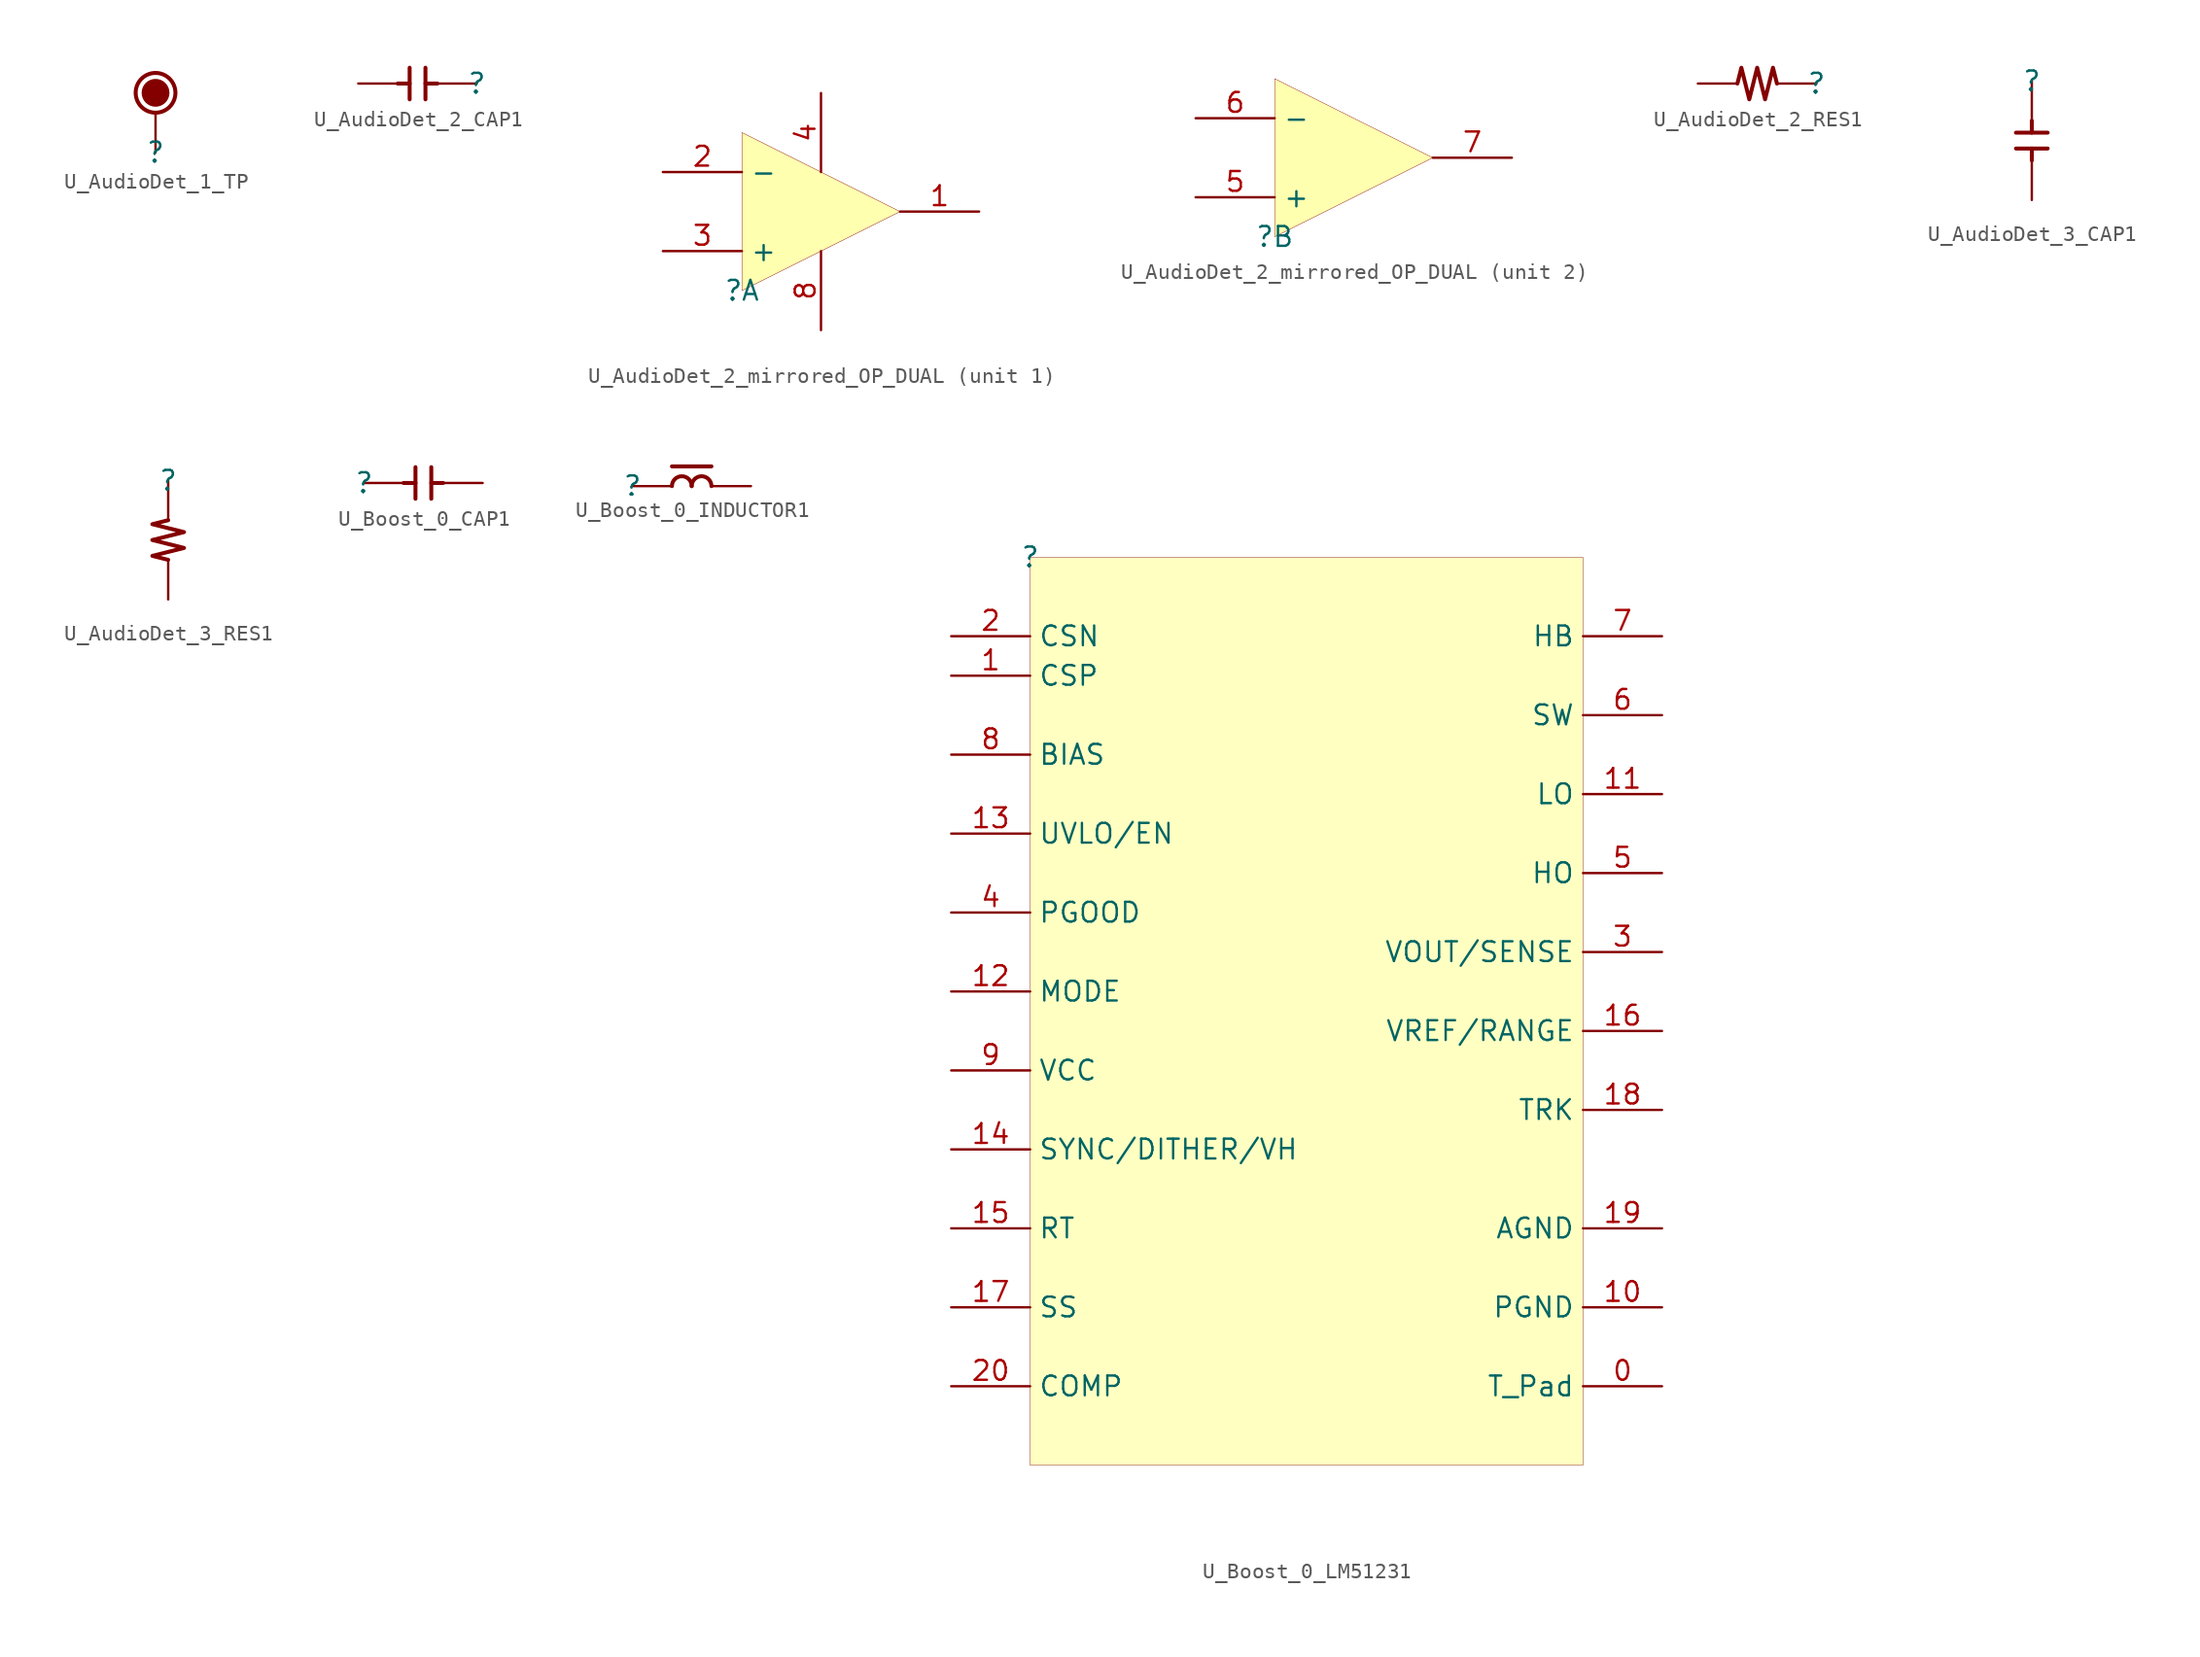
<source format=kicad_sym>
(kicad_symbol_lib
  (version 20231120)
  (generator "kicad_symbol_editor")
  (generator_version "8.0")
  (symbol "U_AudioDet_1_TP"
    (property "Reference" ""
      (at 0 0 0)
      (effects (font (size 1.27 1.27))))
    (property "Value" ""
      (at 0 0 0)
      (effects (font (size 1.27 1.27))))
    (symbol "U_AudioDet_1_TP_1_0"
      (circle (center 0 3.81) (radius 0.762) (stroke (width 0.254) (type solid)) (fill (type outline)))
      (circle (center 0 3.81) (radius 1.27) (stroke (width 0.254) (type solid)) (fill (type none)))
      (pin passive line (at 0 0 90) (length 2.54) (name "1" (effects (font (size 0 0)))) (number "1" (effects (font (size 0 0)))))))
  (symbol "U_AudioDet_2_CAP1"
    (property "Reference" ""
      (at 0 0 0)
      (effects (font (size 1.27 1.27))))
    (property "Value" ""
      (at 0 0 0)
      (effects (font (size 1.27 1.27))))
    (symbol "U_AudioDet_2_CAP1_1_0"
      (polyline (pts (xy -5.08 0) (xy -4.318 0)) (stroke (width 0.254) (type solid)) (fill (type none)))
      (polyline (pts (xy -4.318 -1.016) (xy -4.318 1.016)) (stroke (width 0.254) (type solid)) (fill (type none)))
      (polyline (pts (xy -3.302 -1.016) (xy -3.302 1.016)) (stroke (width 0.254) (type solid)) (fill (type none)))
      (polyline (pts (xy -2.54 0) (xy -3.302 0)) (stroke (width 0.254) (type solid)) (fill (type none)))
      (pin passive line (at 0 0 180) (length 2.54) (name "1" (effects (font (size 0 0)))) (number "1" (effects (font (size 0 0)))))
      (pin passive line (at -7.62 0 0) (length 2.54) (name "2" (effects (font (size 0 0)))) (number "2" (effects (font (size 0 0)))))))
  (symbol "U_AudioDet_2_mirrored_OP_DUAL"
    (property "Reference" ""
      (at 0 0 0)
      (effects (font (size 1.27 1.27))))
    (property "Value" ""
      (at 0 0 0)
      (effects (font (size 1.27 1.27))))
    (symbol "U_AudioDet_2_mirrored_OP_DUAL_1_0"
      (polyline (pts (xy 0 0) (xy 0 10.16) (xy 10.16 5.08) (xy 0 0)) (stroke (width 0.025) (type solid) (color 128 0 0 1)) (fill (type color) (color 255 255 176 1)))
      (pin passive line (at 15.24 5.08 180) (length 5.08) (name "OUT" (effects (font (size 0 0)))) (number "1" (effects (font (size 1.27 1.27)))))
      (pin passive line (at -5.08 7.62 0) (length 5.08) (name "-" (effects (font (size 1.27 1.27)))) (number "2" (effects (font (size 1.27 1.27)))))
      (pin passive line (at -5.08 2.54 0) (length 5.08) (name "+" (effects (font (size 1.27 1.27)))) (number "3" (effects (font (size 1.27 1.27)))))
      (pin passive line (at 5.08 12.7 270) (length 5.08) (name "-V" (effects (font (size 0 0)))) (number "4" (effects (font (size 1.27 1.27)))))
      (pin passive line (at 5.08 -2.54 90) (length 5.08) (name "+V" (effects (font (size 0 0)))) (number "8" (effects (font (size 1.27 1.27))))))
    (symbol "U_AudioDet_2_mirrored_OP_DUAL_2_0"
      (polyline (pts (xy 0 0) (xy 0 10.16) (xy 10.16 5.08) (xy 0 0)) (stroke (width 0.025) (type solid) (color 128 0 0 1)) (fill (type color) (color 255 255 176 1)))
      (pin passive line (at -5.08 2.54 0) (length 5.08) (name "+" (effects (font (size 1.27 1.27)))) (number "5" (effects (font (size 1.27 1.27)))))
      (pin passive line (at -5.08 7.62 0) (length 5.08) (name "-" (effects (font (size 1.27 1.27)))) (number "6" (effects (font (size 1.27 1.27)))))
      (pin passive line (at 15.24 5.08 180) (length 5.08) (name "OUT" (effects (font (size 0 0)))) (number "7" (effects (font (size 1.27 1.27)))))))
  (symbol "U_AudioDet_2_RES1"
    (property "Reference" ""
      (at 0 0 0)
      (effects (font (size 1.27 1.27))))
    (property "Value" ""
      (at 0 0 0)
      (effects (font (size 1.27 1.27))))
    (symbol "U_AudioDet_2_RES1_1_0"
      (polyline (pts (xy -2.54 0) (xy -2.794 1.016) (xy -3.302 -1.016) (xy -3.81 1.016) (xy -4.318 -1.016) (xy -4.826 1.016) (xy -5.08 0)) (stroke (width 0.254) (type solid)) (fill (type none)))
      (pin passive line (at 0 0 180) (length 2.54) (name "1" (effects (font (size 0 0)))) (number "1" (effects (font (size 0 0)))))
      (pin passive line (at -7.62 0 0) (length 2.54) (name "2" (effects (font (size 0 0)))) (number "2" (effects (font (size 0 0)))))))
  (symbol "U_AudioDet_3_CAP1"
    (property "Reference" ""
      (at 0 0 0)
      (effects (font (size 1.27 1.27))))
    (property "Value" ""
      (at 0 0 0)
      (effects (font (size 1.27 1.27))))
    (symbol "U_AudioDet_3_CAP1_1_0"
      (polyline (pts (xy 0 -5.08) (xy 0 -4.318)) (stroke (width 0.254) (type solid)) (fill (type none)))
      (polyline (pts (xy 0 -2.54) (xy 0 -3.302)) (stroke (width 0.254) (type solid)) (fill (type none)))
      (polyline (pts (xy 1.016 -4.318) (xy -1.016 -4.318)) (stroke (width 0.254) (type solid)) (fill (type none)))
      (polyline (pts (xy 1.016 -3.302) (xy -1.016 -3.302)) (stroke (width 0.254) (type solid)) (fill (type none)))
      (pin passive line (at 0 0 270) (length 2.54) (name "1" (effects (font (size 0 0)))) (number "1" (effects (font (size 0 0)))))
      (pin passive line (at 0 -7.62 90) (length 2.54) (name "2" (effects (font (size 0 0)))) (number "2" (effects (font (size 0 0)))))))
  (symbol "U_AudioDet_3_RES1"
    (property "Reference" ""
      (at 0 0 0)
      (effects (font (size 1.27 1.27))))
    (property "Value" ""
      (at 0 0 0)
      (effects (font (size 1.27 1.27))))
    (symbol "U_AudioDet_3_RES1_1_0"
      (polyline (pts (xy 0 -2.54) (xy -1.016 -2.794) (xy 1.016 -3.302) (xy -1.016 -3.81) (xy 1.016 -4.318) (xy -1.016 -4.826) (xy 0 -5.08)) (stroke (width 0.254) (type solid)) (fill (type none)))
      (pin passive line (at 0 0 270) (length 2.54) (name "1" (effects (font (size 0 0)))) (number "1" (effects (font (size 0 0)))))
      (pin passive line (at 0 -7.62 90) (length 2.54) (name "2" (effects (font (size 0 0)))) (number "2" (effects (font (size 0 0)))))))
  (symbol "U_Boost_0_CAP1"
    (property "Reference" ""
      (at 0 0 0)
      (effects (font (size 1.27 1.27))))
    (property "Value" ""
      (at 0 0 0)
      (effects (font (size 1.27 1.27))))
    (symbol "U_Boost_0_CAP1_1_0"
      (polyline (pts (xy 2.54 0) (xy 3.302 0)) (stroke (width 0.254) (type solid)) (fill (type none)))
      (polyline (pts (xy 3.302 1.016) (xy 3.302 -1.016)) (stroke (width 0.254) (type solid)) (fill (type none)))
      (polyline (pts (xy 4.318 1.016) (xy 4.318 -1.016)) (stroke (width 0.254) (type solid)) (fill (type none)))
      (polyline (pts (xy 5.08 0) (xy 4.318 0)) (stroke (width 0.254) (type solid)) (fill (type none)))
      (pin passive line (at 0 0 0) (length 2.54) (name "1" (effects (font (size 0 0)))) (number "1" (effects (font (size 0 0)))))
      (pin passive line (at 7.62 0 180) (length 2.54) (name "2" (effects (font (size 0 0)))) (number "2" (effects (font (size 0 0)))))))
  (symbol "U_Boost_0_INDUCTOR1"
    (property "Reference" ""
      (at 0 0 0)
      (effects (font (size 1.27 1.27))))
    (property "Value" ""
      (at 0 0 0)
      (effects (font (size 1.27 1.27))))
    (symbol "U_Boost_0_INDUCTOR1_1_0"
      (polyline (pts (xy 2.54 1.27) (xy 5.08 1.27)) (stroke (width 0.254) (type solid)) (fill (type none)))
      (arc (start 3.81 0) (mid 3.175 0.635) (end 2.54 0) (stroke (width 0.254) (type solid)) (fill (type none)))
      (arc (start 5.08 0) (mid 4.445 0.635) (end 3.81 0) (stroke (width 0.254) (type solid)) (fill (type none)))
      (pin passive line (at 0 0 0) (length 2.54) (name "1" (effects (font (size 0 0)))) (number "1" (effects (font (size 0 0)))))
      (pin passive line (at 7.62 0 180) (length 2.54) (name "2" (effects (font (size 0 0)))) (number "2" (effects (font (size 0 0)))))))
  (symbol "U_Boost_0_LM51231"
    (property "Reference" ""
      (at 0 0 0)
      (effects (font (size 1.27 1.27))))
    (property "Value" ""
      (at 0 0 0)
      (effects (font (size 1.27 1.27))))
    (symbol "U_Boost_0_LM51231_1_0"
      (rectangle (start 35.56 0) (end 0 -58.42) (stroke (width 0.025) (type solid) (color 128 0 0 1)) (fill (type background)))
      (pin passive line (at 40.64 -53.34 180) (length 5.08) (name "T_Pad" (effects (font (size 1.27 1.27)))) (number "0" (effects (font (size 1.27 1.27)))))
      (pin passive line (at -5.08 -7.62 0) (length 5.08) (name "CSP" (effects (font (size 1.27 1.27)))) (number "1" (effects (font (size 1.27 1.27)))))
      (pin passive line (at 40.64 -48.26 180) (length 5.08) (name "PGND" (effects (font (size 1.27 1.27)))) (number "10" (effects (font (size 1.27 1.27)))))
      (pin passive line (at 40.64 -15.24 180) (length 5.08) (name "LO" (effects (font (size 1.27 1.27)))) (number "11" (effects (font (size 1.27 1.27)))))
      (pin passive line (at -5.08 -27.94 0) (length 5.08) (name "MODE" (effects (font (size 1.27 1.27)))) (number "12" (effects (font (size 1.27 1.27)))))
      (pin passive line (at -5.08 -17.78 0) (length 5.08) (name "UVLO/EN" (effects (font (size 1.27 1.27)))) (number "13" (effects (font (size 1.27 1.27)))))
      (pin passive line (at -5.08 -38.1 0) (length 5.08) (name "SYNC/DITHER/VH" (effects (font (size 1.27 1.27)))) (number "14" (effects (font (size 1.27 1.27)))))
      (pin passive line (at -5.08 -43.18 0) (length 5.08) (name "RT" (effects (font (size 1.27 1.27)))) (number "15" (effects (font (size 1.27 1.27)))))
      (pin passive line (at 40.64 -30.48 180) (length 5.08) (name "VREF/RANGE" (effects (font (size 1.27 1.27)))) (number "16" (effects (font (size 1.27 1.27)))))
      (pin passive line (at -5.08 -48.26 0) (length 5.08) (name "SS" (effects (font (size 1.27 1.27)))) (number "17" (effects (font (size 1.27 1.27)))))
      (pin passive line (at 40.64 -35.56 180) (length 5.08) (name "TRK" (effects (font (size 1.27 1.27)))) (number "18" (effects (font (size 1.27 1.27)))))
      (pin passive line (at 40.64 -43.18 180) (length 5.08) (name "AGND" (effects (font (size 1.27 1.27)))) (number "19" (effects (font (size 1.27 1.27)))))
      (pin passive line (at -5.08 -5.08 0) (length 5.08) (name "CSN" (effects (font (size 1.27 1.27)))) (number "2" (effects (font (size 1.27 1.27)))))
      (pin passive line (at -5.08 -53.34 0) (length 5.08) (name "COMP" (effects (font (size 1.27 1.27)))) (number "20" (effects (font (size 1.27 1.27)))))
      (pin passive line (at 40.64 -25.4 180) (length 5.08) (name "VOUT/SENSE" (effects (font (size 1.27 1.27)))) (number "3" (effects (font (size 1.27 1.27)))))
      (pin passive line (at -5.08 -22.86 0) (length 5.08) (name "PGOOD" (effects (font (size 1.27 1.27)))) (number "4" (effects (font (size 1.27 1.27)))))
      (pin passive line (at 40.64 -20.32 180) (length 5.08) (name "HO" (effects (font (size 1.27 1.27)))) (number "5" (effects (font (size 1.27 1.27)))))
      (pin passive line (at 40.64 -10.16 180) (length 5.08) (name "SW" (effects (font (size 1.27 1.27)))) (number "6" (effects (font (size 1.27 1.27)))))
      (pin passive line (at 40.64 -5.08 180) (length 5.08) (name "HB" (effects (font (size 1.27 1.27)))) (number "7" (effects (font (size 1.27 1.27)))))
      (pin passive line (at -5.08 -12.7 0) (length 5.08) (name "BIAS" (effects (font (size 1.27 1.27)))) (number "8" (effects (font (size 1.27 1.27)))))
      (pin passive line (at -5.08 -33.02 0) (length 5.08) (name "VCC" (effects (font (size 1.27 1.27)))) (number "9" (effects (font (size 1.27 1.27))))))))
</source>
